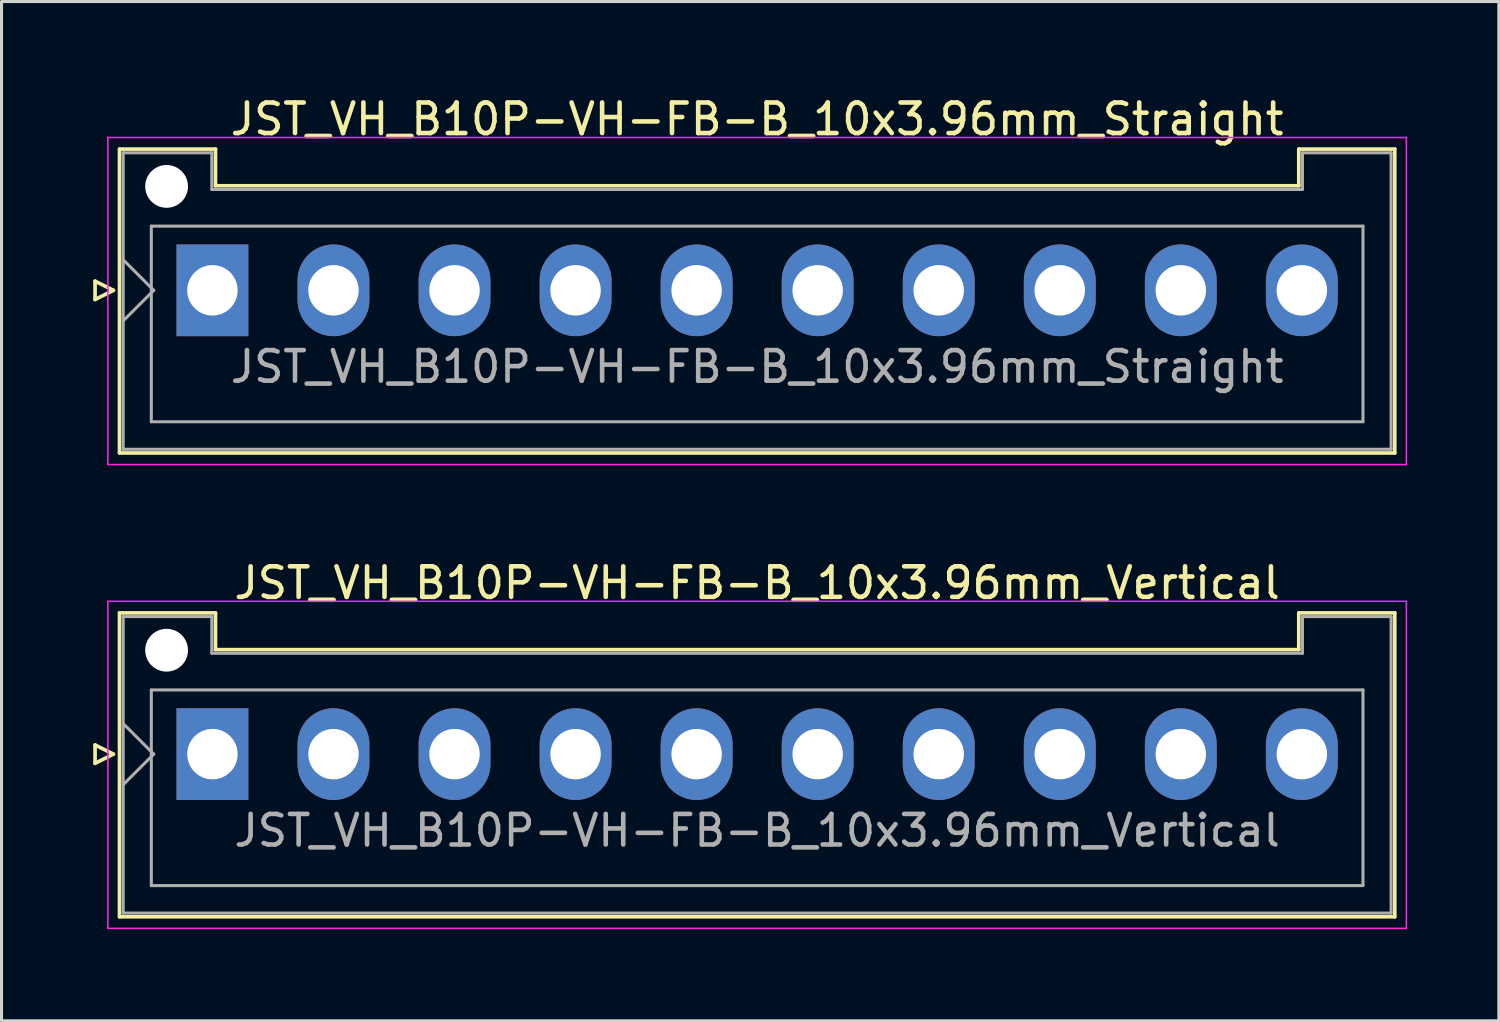
<source format=kicad_pcb>
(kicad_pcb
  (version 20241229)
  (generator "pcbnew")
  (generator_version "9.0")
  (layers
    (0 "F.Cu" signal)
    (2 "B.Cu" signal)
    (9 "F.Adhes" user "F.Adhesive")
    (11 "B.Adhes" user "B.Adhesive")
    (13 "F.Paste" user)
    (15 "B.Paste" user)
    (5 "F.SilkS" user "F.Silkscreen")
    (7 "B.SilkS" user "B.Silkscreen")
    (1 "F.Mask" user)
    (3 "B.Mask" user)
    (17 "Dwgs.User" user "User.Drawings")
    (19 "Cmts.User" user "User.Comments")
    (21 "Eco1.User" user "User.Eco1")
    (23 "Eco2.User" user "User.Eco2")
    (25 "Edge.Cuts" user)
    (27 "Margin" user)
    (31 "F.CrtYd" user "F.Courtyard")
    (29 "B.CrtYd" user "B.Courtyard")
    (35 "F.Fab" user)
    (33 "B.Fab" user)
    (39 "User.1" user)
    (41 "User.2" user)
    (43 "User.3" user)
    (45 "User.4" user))
  (footprint "JST_VH_B10P-VH-FB-B_10x3.96mm_Straight"
    (layer "F.Cu")
    (at 3.9 6.448)
    (property "Reference" "JST_VH_B10P-VH-FB-B_10x3.96mm_Straight" (at 17.82 -5.6 0) (layer "F.SilkS") (effects (font (size 1 1) (thickness 0.15))))
    (attr through_hole)
    (fp_line (start -3.84 -0.3) (end -3.24 0) (stroke (width 0.12) (type solid)) (layer "F.SilkS"))
    (fp_line (start -3.84 0.3) (end -3.84 -0.3) (stroke (width 0.12) (type solid)) (layer "F.SilkS"))
    (fp_line (start -3.24 0) (end -3.84 0.3) (stroke (width 0.12) (type solid)) (layer "F.SilkS"))
    (fp_line (start -3.04 -4.62) (end 0.1 -4.62) (stroke (width 0.12) (type solid)) (layer "F.SilkS"))
    (fp_line (start -3.04 5.32) (end -3.04 -4.62) (stroke (width 0.12) (type solid)) (layer "F.SilkS"))
    (fp_line (start 0.1 -4.62) (end 0.1 -3.42) (stroke (width 0.12) (type solid)) (layer "F.SilkS"))
    (fp_line (start 0.1 -3.42) (end 35.54 -3.42) (stroke (width 0.12) (type solid)) (layer "F.SilkS"))
    (fp_line (start 35.54 -4.62) (end 38.68 -4.62) (stroke (width 0.12) (type solid)) (layer "F.SilkS"))
    (fp_line (start 35.54 -3.42) (end 35.54 -4.62) (stroke (width 0.12) (type solid)) (layer "F.SilkS"))
    (fp_line (start 38.68 -4.62) (end 38.68 5.32) (stroke (width 0.12) (type solid)) (layer "F.SilkS"))
    (fp_line (start 38.68 5.32) (end -3.04 5.32) (stroke (width 0.12) (type solid)) (layer "F.SilkS"))
    (fp_line (start -3.42 -5) (end -3.42 5.7) (stroke (width 0.05) (type solid)) (layer "F.CrtYd"))
    (fp_line (start -3.42 5.7) (end 39.06 5.7) (stroke (width 0.05) (type solid)) (layer "F.CrtYd"))
    (fp_line (start 39.06 -5) (end -3.42 -5) (stroke (width 0.05) (type solid)) (layer "F.CrtYd"))
    (fp_line (start 39.06 5.7) (end 39.06 -5) (stroke (width 0.05) (type solid)) (layer "F.CrtYd"))
    (fp_line (start -2.92 -4.5) (end -0.02 -4.5) (stroke (width 0.1) (type solid)) (layer "F.Fab"))
    (fp_line (start -2.92 -1) (end -1.92 0) (stroke (width 0.1) (type solid)) (layer "F.Fab"))
    (fp_line (start -2.92 1) (end -1.92 0) (stroke (width 0.1) (type solid)) (layer "F.Fab"))
    (fp_line (start -2.92 5.2) (end -2.92 -4.5) (stroke (width 0.1) (type solid)) (layer "F.Fab"))
    (fp_line (start -2 -2.1) (end 37.64 -2.1) (stroke (width 0.1) (type solid)) (layer "F.Fab"))
    (fp_line (start -2 4.3) (end -2 -2.1) (stroke (width 0.1) (type solid)) (layer "F.Fab"))
    (fp_line (start -0.02 -4.5) (end -0.02 -3.3) (stroke (width 0.1) (type solid)) (layer "F.Fab"))
    (fp_line (start -0.02 -3.3) (end 35.66 -3.3) (stroke (width 0.1) (type solid)) (layer "F.Fab"))
    (fp_line (start 35.66 -4.5) (end 38.56 -4.5) (stroke (width 0.1) (type solid)) (layer "F.Fab"))
    (fp_line (start 35.66 -3.3) (end 35.66 -4.5) (stroke (width 0.1) (type solid)) (layer "F.Fab"))
    (fp_line (start 37.64 -2.1) (end 37.64 4.3) (stroke (width 0.1) (type solid)) (layer "F.Fab"))
    (fp_line (start 37.64 4.3) (end -2 4.3) (stroke (width 0.1) (type solid)) (layer "F.Fab"))
    (fp_line (start 38.56 -4.5) (end 38.56 5.2) (stroke (width 0.1) (type solid)) (layer "F.Fab"))
    (fp_line (start 38.56 5.2) (end -2.92 5.2) (stroke (width 0.1) (type solid)) (layer "F.Fab"))
    (fp_text user "${REFERENCE}" (at 17.82 2.5 0) (layer "F.Fab") (effects (font (size 1 1) (thickness 0.15))))
    (pad "" np_thru_hole circle (at -1.5 -3.4) (size 1.4 1.4) (drill 1.4) (layers "*.Cu" "*.Mask"))
    (pad "1" thru_hole rect (at 0 0) (size 2.35 3) (drill 1.65) (layers "*.Cu" "*.Mask"))
    (pad "2" thru_hole oval (at 3.96 0) (size 2.35 3) (drill 1.65) (layers "*.Cu" "*.Mask"))
    (pad "3" thru_hole oval (at 7.92 0) (size 2.35 3) (drill 1.65) (layers "*.Cu" "*.Mask"))
    (pad "4" thru_hole oval (at 11.88 0) (size 2.35 3) (drill 1.65) (layers "*.Cu" "*.Mask"))
    (pad "5" thru_hole oval (at 15.84 0) (size 2.35 3) (drill 1.65) (layers "*.Cu" "*.Mask"))
    (pad "6" thru_hole oval (at 19.8 0) (size 2.35 3) (drill 1.65) (layers "*.Cu" "*.Mask"))
    (pad "7" thru_hole oval (at 23.76 0) (size 2.35 3) (drill 1.65) (layers "*.Cu" "*.Mask"))
    (pad "8" thru_hole oval (at 27.72 0) (size 2.35 3) (drill 1.65) (layers "*.Cu" "*.Mask"))
    (pad "9" thru_hole oval (at 31.68 0) (size 2.35 3) (drill 1.65) (layers "*.Cu" "*.Mask"))
    (pad "10" thru_hole oval (at 35.64 0) (size 2.35 3) (drill 1.65) (layers "*.Cu" "*.Mask")))
  (footprint "JST_VH_B10P-VH-FB-B_10x3.96mm_Vertical"
    (layer "F.Cu")
    (at 3.9 21.622)
    (property "Reference" "JST_VH_B10P-VH-FB-B_10x3.96mm_Vertical" (at 17.82 -5.6 0) (layer "F.SilkS") (effects (font (size 1 1) (thickness 0.15))))
    (attr through_hole)
    (fp_line (start -3.84 -0.3) (end -3.24 0) (stroke (width 0.12) (type solid)) (layer "F.SilkS"))
    (fp_line (start -3.84 0.3) (end -3.84 -0.3) (stroke (width 0.12) (type solid)) (layer "F.SilkS"))
    (fp_line (start -3.24 0) (end -3.84 0.3) (stroke (width 0.12) (type solid)) (layer "F.SilkS"))
    (fp_line (start -3.04 -4.62) (end 0.1 -4.62) (stroke (width 0.12) (type solid)) (layer "F.SilkS"))
    (fp_line (start -3.04 5.32) (end -3.04 -4.62) (stroke (width 0.12) (type solid)) (layer "F.SilkS"))
    (fp_line (start 0.1 -4.62) (end 0.1 -3.42) (stroke (width 0.12) (type solid)) (layer "F.SilkS"))
    (fp_line (start 0.1 -3.42) (end 35.54 -3.42) (stroke (width 0.12) (type solid)) (layer "F.SilkS"))
    (fp_line (start 35.54 -4.62) (end 38.68 -4.62) (stroke (width 0.12) (type solid)) (layer "F.SilkS"))
    (fp_line (start 35.54 -3.42) (end 35.54 -4.62) (stroke (width 0.12) (type solid)) (layer "F.SilkS"))
    (fp_line (start 38.68 -4.62) (end 38.68 5.32) (stroke (width 0.12) (type solid)) (layer "F.SilkS"))
    (fp_line (start 38.68 5.32) (end -3.04 5.32) (stroke (width 0.12) (type solid)) (layer "F.SilkS"))
    (fp_line (start -3.42 -5) (end -3.42 5.7) (stroke (width 0.05) (type solid)) (layer "F.CrtYd"))
    (fp_line (start -3.42 5.7) (end 39.06 5.7) (stroke (width 0.05) (type solid)) (layer "F.CrtYd"))
    (fp_line (start 39.06 -5) (end -3.42 -5) (stroke (width 0.05) (type solid)) (layer "F.CrtYd"))
    (fp_line (start 39.06 5.7) (end 39.06 -5) (stroke (width 0.05) (type solid)) (layer "F.CrtYd"))
    (fp_line (start -2.92 -4.5) (end -0.02 -4.5) (stroke (width 0.1) (type solid)) (layer "F.Fab"))
    (fp_line (start -2.92 -1) (end -1.92 0) (stroke (width 0.1) (type solid)) (layer "F.Fab"))
    (fp_line (start -2.92 1) (end -1.92 0) (stroke (width 0.1) (type solid)) (layer "F.Fab"))
    (fp_line (start -2.92 5.2) (end -2.92 -4.5) (stroke (width 0.1) (type solid)) (layer "F.Fab"))
    (fp_line (start -2 -2.1) (end 37.64 -2.1) (stroke (width 0.1) (type solid)) (layer "F.Fab"))
    (fp_line (start -2 4.3) (end -2 -2.1) (stroke (width 0.1) (type solid)) (layer "F.Fab"))
    (fp_line (start -0.02 -4.5) (end -0.02 -3.3) (stroke (width 0.1) (type solid)) (layer "F.Fab"))
    (fp_line (start -0.02 -3.3) (end 35.66 -3.3) (stroke (width 0.1) (type solid)) (layer "F.Fab"))
    (fp_line (start 35.66 -4.5) (end 38.56 -4.5) (stroke (width 0.1) (type solid)) (layer "F.Fab"))
    (fp_line (start 35.66 -3.3) (end 35.66 -4.5) (stroke (width 0.1) (type solid)) (layer "F.Fab"))
    (fp_line (start 37.64 -2.1) (end 37.64 4.3) (stroke (width 0.1) (type solid)) (layer "F.Fab"))
    (fp_line (start 37.64 4.3) (end -2 4.3) (stroke (width 0.1) (type solid)) (layer "F.Fab"))
    (fp_line (start 38.56 -4.5) (end 38.56 5.2) (stroke (width 0.1) (type solid)) (layer "F.Fab"))
    (fp_line (start 38.56 5.2) (end -2.92 5.2) (stroke (width 0.1) (type solid)) (layer "F.Fab"))
    (fp_text user "${REFERENCE}" (at 17.82 2.5 0) (layer "F.Fab") (effects (font (size 1 1) (thickness 0.15))))
    (pad "" np_thru_hole circle (at -1.5 -3.4) (size 1.4 1.4) (drill 1.4) (layers "*.Cu" "*.Mask"))
    (pad "1" thru_hole rect (at 0 0) (size 2.35 3) (drill 1.65) (layers "*.Cu" "*.Mask"))
    (pad "2" thru_hole oval (at 3.96 0) (size 2.35 3) (drill 1.65) (layers "*.Cu" "*.Mask"))
    (pad "3" thru_hole oval (at 7.92 0) (size 2.35 3) (drill 1.65) (layers "*.Cu" "*.Mask"))
    (pad "4" thru_hole oval (at 11.88 0) (size 2.35 3) (drill 1.65) (layers "*.Cu" "*.Mask"))
    (pad "5" thru_hole oval (at 15.84 0) (size 2.35 3) (drill 1.65) (layers "*.Cu" "*.Mask"))
    (pad "6" thru_hole oval (at 19.8 0) (size 2.35 3) (drill 1.65) (layers "*.Cu" "*.Mask"))
    (pad "7" thru_hole oval (at 23.76 0) (size 2.35 3) (drill 1.65) (layers "*.Cu" "*.Mask"))
    (pad "8" thru_hole oval (at 27.72 0) (size 2.35 3) (drill 1.65) (layers "*.Cu" "*.Mask"))
    (pad "9" thru_hole oval (at 31.68 0) (size 2.35 3) (drill 1.65) (layers "*.Cu" "*.Mask"))
    (pad "10" thru_hole oval (at 35.64 0) (size 2.35 3) (drill 1.65) (layers "*.Cu" "*.Mask")))
  (gr_rect
    (start -3 -3)
    (end 45.985 30.346)
    (stroke (width 0.1) (type default))
    (fill no)
    (layer "Edge.Cuts")))
</source>
